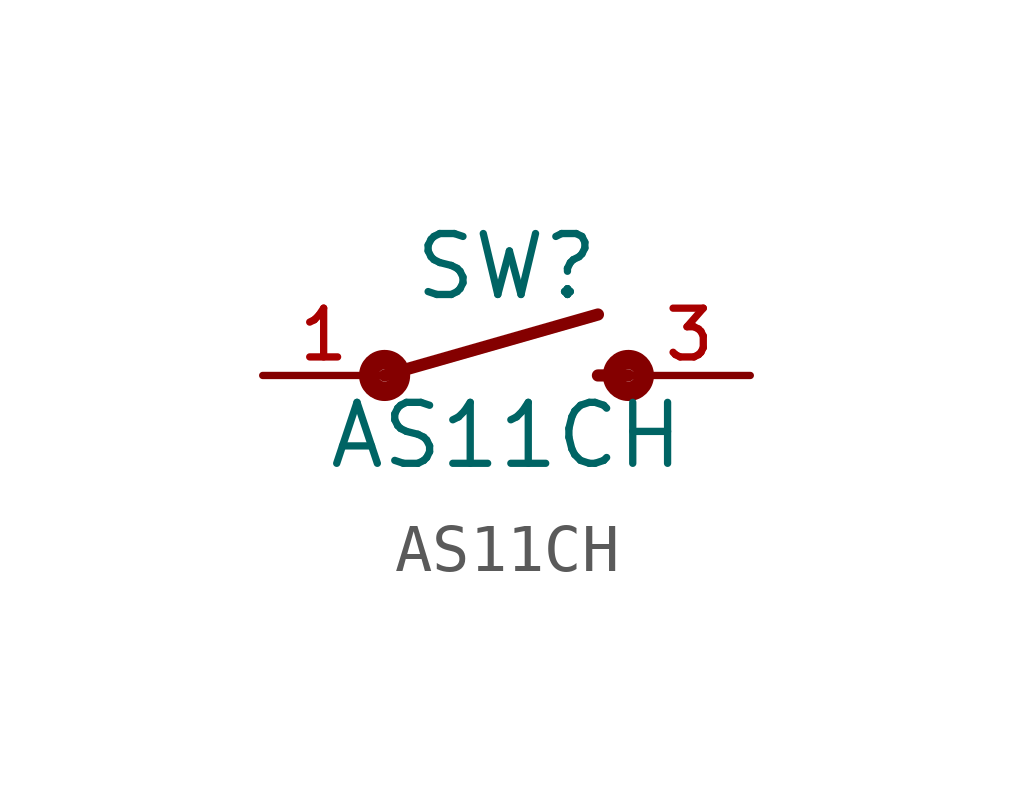
<source format=kicad_sym>
(kicad_symbol_lib
  (version 20211014)
  (generator kicad_symbol_editor)
  (symbol "AS11CH"
    (pin_names
      (offset 1.016))
    (property "Reference" "SW"
      (at 0.0 1.524 0)
      (effects (font (size 1.27 1.27)) (justify bottom)))
    (property "Value" "AS11CH"
      (at 0.0 -0.508 0)
      (effects (font (size 1.27 1.27)) (justify top)))
    (symbol "AS11CH_0_0"
      (circle (center -2.54 0.0) (radius 0.127) (stroke (width 0.406)) (fill (type none)))
      (circle (center 2.54 0.0) (radius 0.127) (stroke (width 0.406)) (fill (type none)))
      (polyline (pts (xy 1.905 0.0) (xy 2.54 0.0)) (stroke (width 0.254)))
      (polyline (pts (xy -2.54 0.0) (xy 1.905 1.27)) (stroke (width 0.254)))
      (pin passive line (at -5.08 0.0 0) (length 2.54) (name "~" (effects (font (size 1.016 1.016)))) (number "1" (effects (font (size 1.016 1.016)))))
      (pin passive line (at 5.08 0.0 180.0) (length 2.54) (name "~" (effects (font (size 1.016 1.016)))) (number "3" (effects (font (size 1.016 1.016))))))))
</source>
